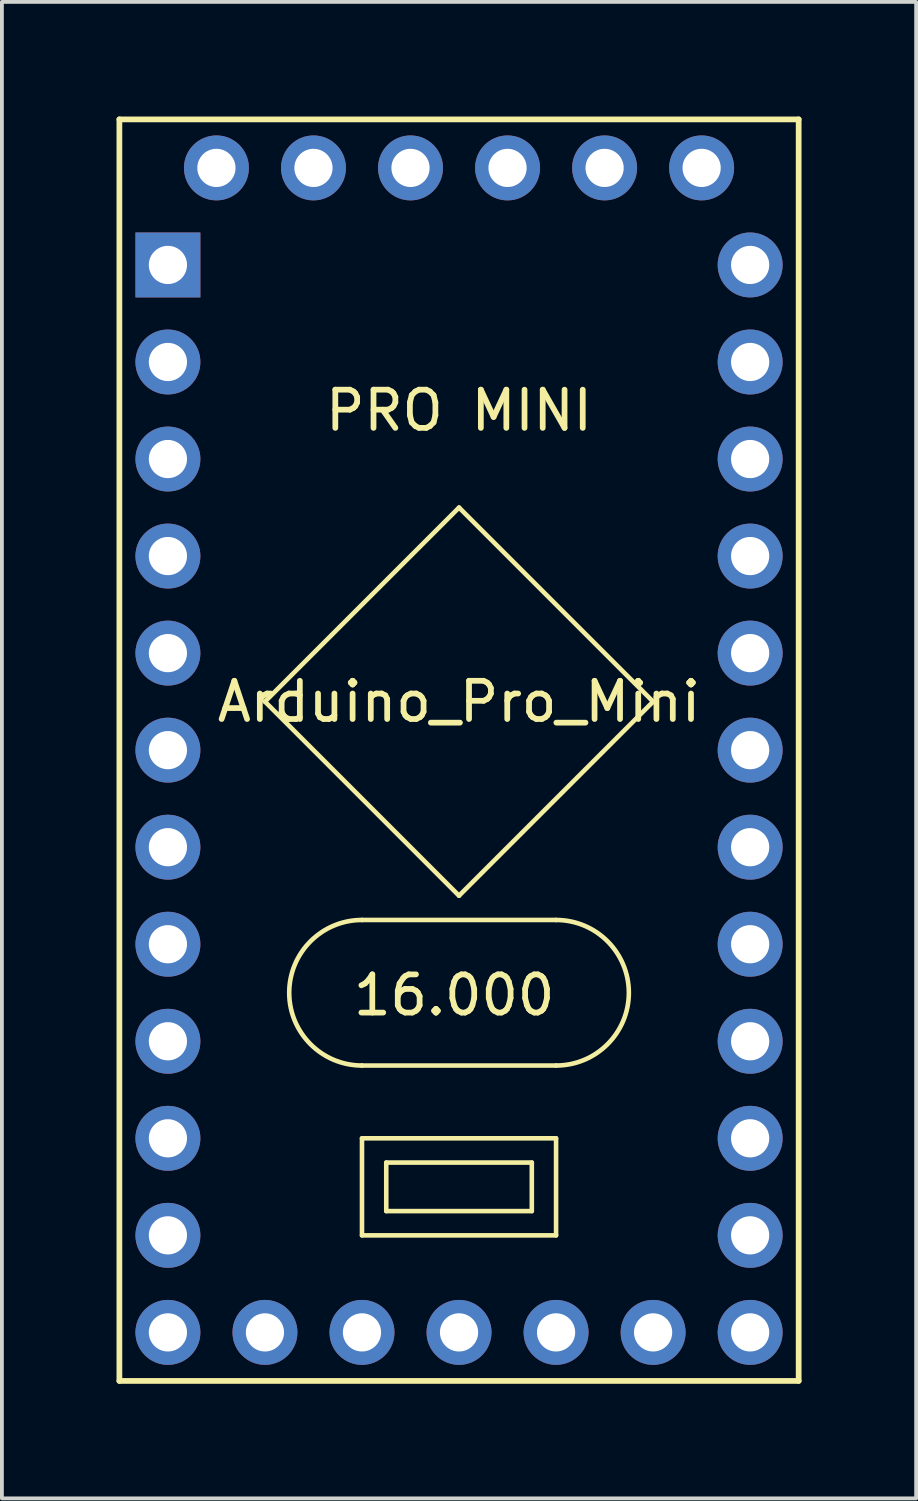
<source format=kicad_pcb>
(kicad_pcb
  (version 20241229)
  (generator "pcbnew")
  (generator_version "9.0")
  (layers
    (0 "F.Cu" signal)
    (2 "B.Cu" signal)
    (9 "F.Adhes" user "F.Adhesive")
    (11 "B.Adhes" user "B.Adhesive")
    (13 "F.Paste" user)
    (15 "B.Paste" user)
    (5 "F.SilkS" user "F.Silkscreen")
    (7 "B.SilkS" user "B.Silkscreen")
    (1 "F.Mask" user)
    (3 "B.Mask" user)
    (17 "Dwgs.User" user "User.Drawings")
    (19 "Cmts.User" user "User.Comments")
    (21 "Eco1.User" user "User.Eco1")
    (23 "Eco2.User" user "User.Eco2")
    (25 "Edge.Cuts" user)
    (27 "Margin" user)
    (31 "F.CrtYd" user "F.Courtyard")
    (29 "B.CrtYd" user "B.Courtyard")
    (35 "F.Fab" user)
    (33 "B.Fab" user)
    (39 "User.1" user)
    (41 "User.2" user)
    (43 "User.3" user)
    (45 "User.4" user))
  (footprint "Arduino_Pro_Mini"
    (layer "F.Cu")
    (at 8.965 17.855)
    (property "Reference" "Arduino_Pro_Mini" (at 0 -2.54 180) (layer "F.SilkS") (effects (font (size 1 1) (thickness 0.15))))
    (attr through_hole)
    (fp_line (start -8.89 -17.78) (end -8.89 15.24) (stroke (width 0.15) (type solid)) (layer "F.SilkS"))
    (fp_line (start -8.89 -17.78) (end 8.89 -17.78) (stroke (width 0.15) (type solid)) (layer "F.SilkS"))
    (fp_line (start -8.89 15.24) (end 8.89 15.24) (stroke (width 0.15) (type solid)) (layer "F.SilkS"))
    (fp_line (start -5.08 -2.54) (end 0 -7.62) (stroke (width 0.12) (type solid)) (layer "F.SilkS"))
    (fp_line (start -2.54 3.175) (end 2.54 3.175) (stroke (width 0.12) (type solid)) (layer "F.SilkS"))
    (fp_line (start -2.54 8.89) (end 2.54 8.89) (stroke (width 0.12) (type solid)) (layer "F.SilkS"))
    (fp_line (start -2.54 11.43) (end -2.54 8.89) (stroke (width 0.12) (type solid)) (layer "F.SilkS"))
    (fp_line (start -1.905 9.525) (end 1.905 9.525) (stroke (width 0.12) (type solid)) (layer "F.SilkS"))
    (fp_line (start -1.905 10.795) (end -1.905 9.525) (stroke (width 0.12) (type solid)) (layer "F.SilkS"))
    (fp_line (start 0 -7.62) (end 5.08 -2.54) (stroke (width 0.12) (type solid)) (layer "F.SilkS"))
    (fp_line (start 0 2.54) (end -5.08 -2.54) (stroke (width 0.12) (type solid)) (layer "F.SilkS"))
    (fp_line (start 1.905 9.525) (end 1.905 10.795) (stroke (width 0.12) (type solid)) (layer "F.SilkS"))
    (fp_line (start 1.905 10.795) (end -1.905 10.795) (stroke (width 0.12) (type solid)) (layer "F.SilkS"))
    (fp_line (start 2.54 6.985) (end -2.54 6.985) (stroke (width 0.12) (type solid)) (layer "F.SilkS"))
    (fp_line (start 2.54 8.89) (end 2.54 11.43) (stroke (width 0.12) (type solid)) (layer "F.SilkS"))
    (fp_line (start 2.54 11.43) (end -2.54 11.43) (stroke (width 0.12) (type solid)) (layer "F.SilkS"))
    (fp_line (start 5.08 -2.54) (end 0 2.54) (stroke (width 0.12) (type solid)) (layer "F.SilkS"))
    (fp_line (start 8.89 15.24) (end 8.89 -17.78) (stroke (width 0.15) (type solid)) (layer "F.SilkS"))
    (fp_arc (start -2.54 6.985) (mid -4.445 5.08) (end -2.54 3.175) (stroke (width 0.12) (type solid)) (layer "F.SilkS"))
    (fp_arc (start 2.54 3.175) (mid 4.445 5.08) (end 2.54 6.985) (stroke (width 0.12) (type solid)) (layer "F.SilkS"))
    (fp_text user "PRO MINI" (at 0 -10.16 0) (layer "F.SilkS") (effects (font (size 1 1) (thickness 0.15))))
    (fp_text user "16.000" (at -0.127 5.144 180) (layer "F.SilkS") (effects (font (size 1 1) (thickness 0.15))))
    (pad "1" thru_hole rect (at -7.62 -13.97) (size 1.7 1.7) (drill 1) (layers "*.Cu" "*.Mask"))
    (pad "2" thru_hole circle (at -7.62 -11.43) (size 1.7 1.7) (drill 1) (layers "*.Cu" "*.Mask"))
    (pad "3" thru_hole circle (at -7.62 -8.89) (size 1.7 1.7) (drill 1) (layers "*.Cu" "*.Mask"))
    (pad "4" thru_hole circle (at -7.62 -6.35) (size 1.7 1.7) (drill 1) (layers "*.Cu" "*.Mask"))
    (pad "5" thru_hole circle (at -7.62 -3.81) (size 1.7 1.7) (drill 1) (layers "*.Cu" "*.Mask"))
    (pad "6" thru_hole circle (at -7.62 -1.27) (size 1.7 1.7) (drill 1) (layers "*.Cu" "*.Mask"))
    (pad "7" thru_hole circle (at -7.62 1.27) (size 1.7 1.7) (drill 1) (layers "*.Cu" "*.Mask"))
    (pad "8" thru_hole circle (at -7.62 3.81) (size 1.7 1.7) (drill 1) (layers "*.Cu" "*.Mask"))
    (pad "9" thru_hole circle (at -7.62 6.35) (size 1.7 1.7) (drill 1) (layers "*.Cu" "*.Mask"))
    (pad "10" thru_hole circle (at -7.62 8.89) (size 1.7 1.7) (drill 1) (layers "*.Cu" "*.Mask"))
    (pad "11" thru_hole circle (at -7.62 11.43) (size 1.7 1.7) (drill 1) (layers "*.Cu" "*.Mask"))
    (pad "12" thru_hole circle (at -7.62 13.97) (size 1.7 1.7) (drill 1) (layers "*.Cu" "*.Mask"))
    (pad "13" thru_hole circle (at -5.08 13.97) (size 1.7 1.7) (drill 1) (layers "*.Cu" "*.Mask"))
    (pad "14" thru_hole circle (at -2.54 13.97) (size 1.7 1.7) (drill 1) (layers "*.Cu" "*.Mask"))
    (pad "15" thru_hole circle (at 0 13.97) (size 1.7 1.7) (drill 1) (layers "*.Cu" "*.Mask"))
    (pad "16" thru_hole circle (at 2.54 13.97) (size 1.7 1.7) (drill 1) (layers "*.Cu" "*.Mask"))
    (pad "17" thru_hole circle (at 5.08 13.97) (size 1.7 1.7) (drill 1) (layers "*.Cu" "*.Mask"))
    (pad "18" thru_hole circle (at 7.62 13.97) (size 1.7 1.7) (drill 1) (layers "*.Cu" "*.Mask"))
    (pad "19" thru_hole circle (at 7.62 11.43) (size 1.7 1.7) (drill 1) (layers "*.Cu" "*.Mask"))
    (pad "20" thru_hole circle (at 7.62 8.89) (size 1.7 1.7) (drill 1) (layers "*.Cu" "*.Mask"))
    (pad "21" thru_hole circle (at 7.62 6.35) (size 1.7 1.7) (drill 1) (layers "*.Cu" "*.Mask"))
    (pad "22" thru_hole circle (at 7.62 3.81) (size 1.7 1.7) (drill 1) (layers "*.Cu" "*.Mask"))
    (pad "23" thru_hole circle (at 7.62 1.27) (size 1.7 1.7) (drill 1) (layers "*.Cu" "*.Mask"))
    (pad "24" thru_hole circle (at 7.62 -1.27) (size 1.7 1.7) (drill 1) (layers "*.Cu" "*.Mask"))
    (pad "25" thru_hole circle (at 7.62 -3.81) (size 1.7 1.7) (drill 1) (layers "*.Cu" "*.Mask"))
    (pad "26" thru_hole circle (at 7.62 -6.35) (size 1.7 1.7) (drill 1) (layers "*.Cu" "*.Mask"))
    (pad "27" thru_hole circle (at 7.62 -8.89) (size 1.7 1.7) (drill 1) (layers "*.Cu" "*.Mask"))
    (pad "28" thru_hole circle (at 7.62 -11.43) (size 1.7 1.7) (drill 1) (layers "*.Cu" "*.Mask"))
    (pad "29" thru_hole circle (at 7.62 -13.97) (size 1.7 1.7) (drill 1) (layers "*.Cu" "*.Mask"))
    (pad "30" thru_hole circle (at 6.35 -16.51) (size 1.7 1.7) (drill 1) (layers "*.Cu" "*.Mask"))
    (pad "31" thru_hole circle (at 3.81 -16.51) (size 1.7 1.7) (drill 1) (layers "*.Cu" "*.Mask"))
    (pad "32" thru_hole circle (at 1.27 -16.51) (size 1.7 1.7) (drill 1) (layers "*.Cu" "*.Mask"))
    (pad "33" thru_hole circle (at -1.27 -16.51) (size 1.7 1.7) (drill 1) (layers "*.Cu" "*.Mask"))
    (pad "34" thru_hole circle (at -3.81 -16.51) (size 1.7 1.7) (drill 1) (layers "*.Cu" "*.Mask"))
    (pad "35" thru_hole circle (at -6.35 -16.51) (size 1.7 1.7) (drill 1) (layers "*.Cu" "*.Mask")))
  (gr_rect
    (start -3 -3)
    (end 20.93 36.17)
    (stroke (width 0.1) (type default))
    (fill no)
    (layer "Edge.Cuts")))
</source>
